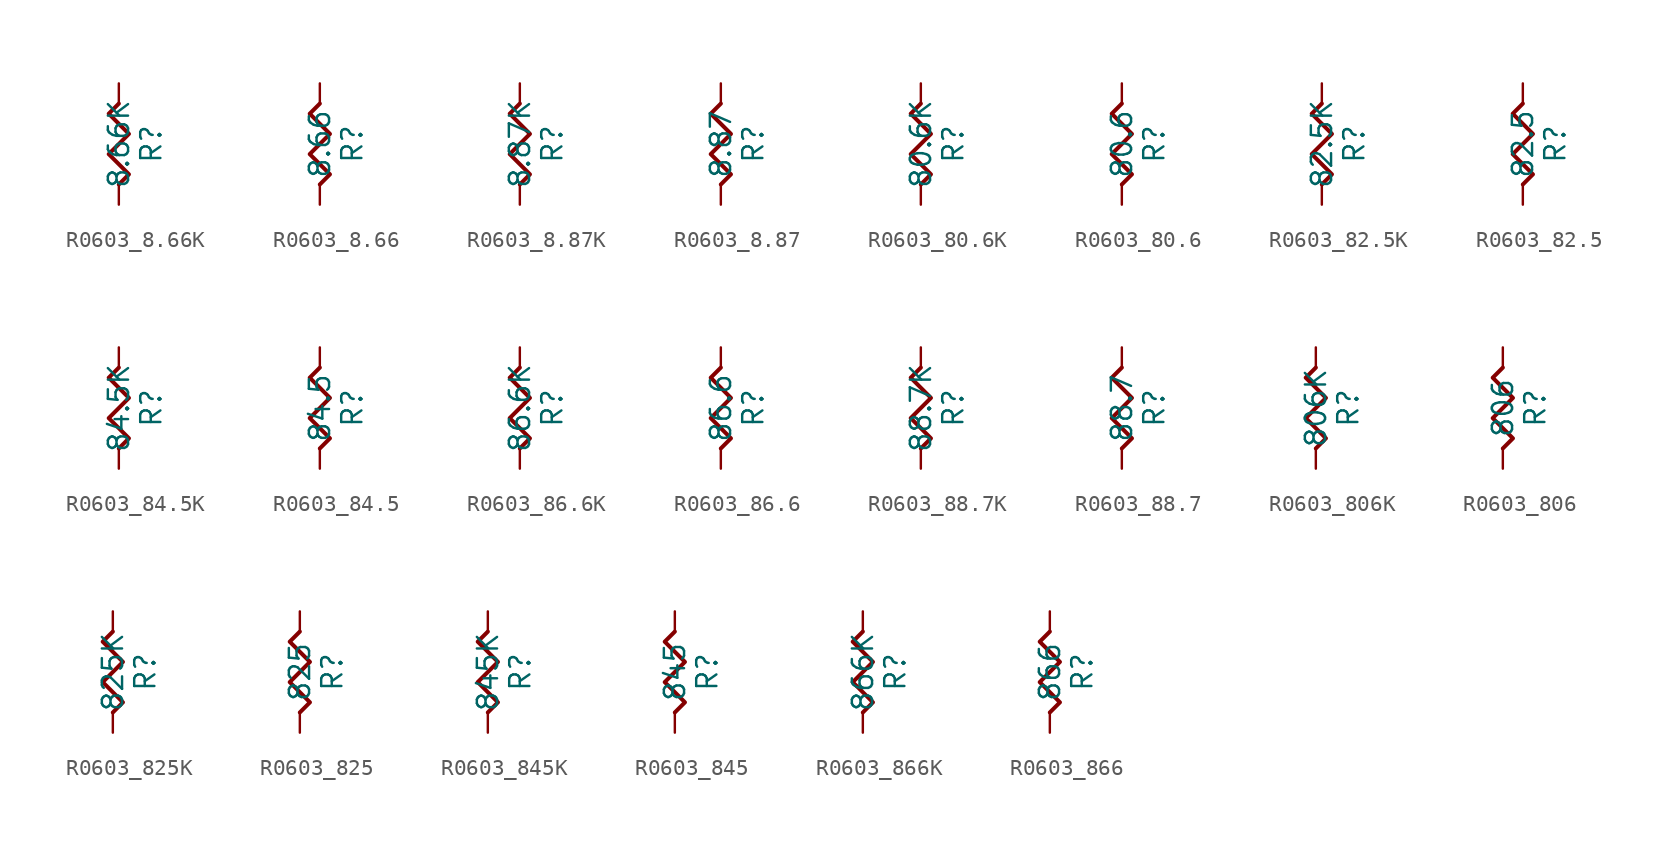
<source format=kicad_sym>
(kicad_symbol_lib
  (version 20211014)
  (generator atlantix-eda)
  (symbol "R0603_8.66K"
    (pin_numbers hide)
    (pin_names
      (offset 0))
    (property "Reference" "R"
      (at 2.032 0 90)
      (effects (font (size 1.27 1.27))))
    (property "Value" "8.66K"
      (at 0 0 90)
      (effects (font (size 1.27 1.27))))
    (symbol "R0603_8.66K_0_1"
      (polyline (pts (xy 0 -2.54) (xy 0.635 -1.905) (xy -0.635 -0.635) (xy 0.635 0.635) (xy -0.635 1.905) (xy 0 2.54)) (stroke (width 0.254) (type default) (color 0 0 0 0)) (fill (type none))))
    (symbol "R0603_8.66K_1_1"
      (pin passive line (at 0 3.81 270) (length 1.27) (name "~" (effects (font (size 1.27 1.27)))) (number "1" (effects (font (size 1.27 1.27)))))
      (pin passive line (at 0 -3.81 90) (length 1.27) (name "~" (effects (font (size 1.27 1.27)))) (number "2" (effects (font (size 1.27 1.27)))))))
  (symbol "R0603_8.66"
    (pin_numbers hide)
    (pin_names
      (offset 0))
    (property "Reference" "R"
      (at 2.032 0 90)
      (effects (font (size 1.27 1.27))))
    (property "Value" "8.66"
      (at 0 0 90)
      (effects (font (size 1.27 1.27))))
    (symbol "R0603_8.66_0_1"
      (polyline (pts (xy 0 -2.54) (xy 0.635 -1.905) (xy -0.635 -0.635) (xy 0.635 0.635) (xy -0.635 1.905) (xy 0 2.54)) (stroke (width 0.254) (type default) (color 0 0 0 0)) (fill (type none))))
    (symbol "R0603_8.66_1_1"
      (pin passive line (at 0 3.81 270) (length 1.27) (name "~" (effects (font (size 1.27 1.27)))) (number "1" (effects (font (size 1.27 1.27)))))
      (pin passive line (at 0 -3.81 90) (length 1.27) (name "~" (effects (font (size 1.27 1.27)))) (number "2" (effects (font (size 1.27 1.27)))))))
  (symbol "R0603_8.87K"
    (pin_numbers hide)
    (pin_names
      (offset 0))
    (property "Reference" "R"
      (at 2.032 0 90)
      (effects (font (size 1.27 1.27))))
    (property "Value" "8.87K"
      (at 0 0 90)
      (effects (font (size 1.27 1.27))))
    (symbol "R0603_8.87K_0_1"
      (polyline (pts (xy 0 -2.54) (xy 0.635 -1.905) (xy -0.635 -0.635) (xy 0.635 0.635) (xy -0.635 1.905) (xy 0 2.54)) (stroke (width 0.254) (type default) (color 0 0 0 0)) (fill (type none))))
    (symbol "R0603_8.87K_1_1"
      (pin passive line (at 0 3.81 270) (length 1.27) (name "~" (effects (font (size 1.27 1.27)))) (number "1" (effects (font (size 1.27 1.27)))))
      (pin passive line (at 0 -3.81 90) (length 1.27) (name "~" (effects (font (size 1.27 1.27)))) (number "2" (effects (font (size 1.27 1.27)))))))
  (symbol "R0603_8.87"
    (pin_numbers hide)
    (pin_names
      (offset 0))
    (property "Reference" "R"
      (at 2.032 0 90)
      (effects (font (size 1.27 1.27))))
    (property "Value" "8.87"
      (at 0 0 90)
      (effects (font (size 1.27 1.27))))
    (symbol "R0603_8.87_0_1"
      (polyline (pts (xy 0 -2.54) (xy 0.635 -1.905) (xy -0.635 -0.635) (xy 0.635 0.635) (xy -0.635 1.905) (xy 0 2.54)) (stroke (width 0.254) (type default) (color 0 0 0 0)) (fill (type none))))
    (symbol "R0603_8.87_1_1"
      (pin passive line (at 0 3.81 270) (length 1.27) (name "~" (effects (font (size 1.27 1.27)))) (number "1" (effects (font (size 1.27 1.27)))))
      (pin passive line (at 0 -3.81 90) (length 1.27) (name "~" (effects (font (size 1.27 1.27)))) (number "2" (effects (font (size 1.27 1.27)))))))
  (symbol "R0603_80.6K"
    (pin_numbers hide)
    (pin_names
      (offset 0))
    (property "Reference" "R"
      (at 2.032 0 90)
      (effects (font (size 1.27 1.27))))
    (property "Value" "80.6K"
      (at 0 0 90)
      (effects (font (size 1.27 1.27))))
    (symbol "R0603_80.6K_0_1"
      (polyline (pts (xy 0 -2.54) (xy 0.635 -1.905) (xy -0.635 -0.635) (xy 0.635 0.635) (xy -0.635 1.905) (xy 0 2.54)) (stroke (width 0.254) (type default) (color 0 0 0 0)) (fill (type none))))
    (symbol "R0603_80.6K_1_1"
      (pin passive line (at 0 3.81 270) (length 1.27) (name "~" (effects (font (size 1.27 1.27)))) (number "1" (effects (font (size 1.27 1.27)))))
      (pin passive line (at 0 -3.81 90) (length 1.27) (name "~" (effects (font (size 1.27 1.27)))) (number "2" (effects (font (size 1.27 1.27)))))))
  (symbol "R0603_80.6"
    (pin_numbers hide)
    (pin_names
      (offset 0))
    (property "Reference" "R"
      (at 2.032 0 90)
      (effects (font (size 1.27 1.27))))
    (property "Value" "80.6"
      (at 0 0 90)
      (effects (font (size 1.27 1.27))))
    (symbol "R0603_80.6_0_1"
      (polyline (pts (xy 0 -2.54) (xy 0.635 -1.905) (xy -0.635 -0.635) (xy 0.635 0.635) (xy -0.635 1.905) (xy 0 2.54)) (stroke (width 0.254) (type default) (color 0 0 0 0)) (fill (type none))))
    (symbol "R0603_80.6_1_1"
      (pin passive line (at 0 3.81 270) (length 1.27) (name "~" (effects (font (size 1.27 1.27)))) (number "1" (effects (font (size 1.27 1.27)))))
      (pin passive line (at 0 -3.81 90) (length 1.27) (name "~" (effects (font (size 1.27 1.27)))) (number "2" (effects (font (size 1.27 1.27)))))))
  (symbol "R0603_82.5K"
    (pin_numbers hide)
    (pin_names
      (offset 0))
    (property "Reference" "R"
      (at 2.032 0 90)
      (effects (font (size 1.27 1.27))))
    (property "Value" "82.5K"
      (at 0 0 90)
      (effects (font (size 1.27 1.27))))
    (symbol "R0603_82.5K_0_1"
      (polyline (pts (xy 0 -2.54) (xy 0.635 -1.905) (xy -0.635 -0.635) (xy 0.635 0.635) (xy -0.635 1.905) (xy 0 2.54)) (stroke (width 0.254) (type default) (color 0 0 0 0)) (fill (type none))))
    (symbol "R0603_82.5K_1_1"
      (pin passive line (at 0 3.81 270) (length 1.27) (name "~" (effects (font (size 1.27 1.27)))) (number "1" (effects (font (size 1.27 1.27)))))
      (pin passive line (at 0 -3.81 90) (length 1.27) (name "~" (effects (font (size 1.27 1.27)))) (number "2" (effects (font (size 1.27 1.27)))))))
  (symbol "R0603_82.5"
    (pin_numbers hide)
    (pin_names
      (offset 0))
    (property "Reference" "R"
      (at 2.032 0 90)
      (effects (font (size 1.27 1.27))))
    (property "Value" "82.5"
      (at 0 0 90)
      (effects (font (size 1.27 1.27))))
    (symbol "R0603_82.5_0_1"
      (polyline (pts (xy 0 -2.54) (xy 0.635 -1.905) (xy -0.635 -0.635) (xy 0.635 0.635) (xy -0.635 1.905) (xy 0 2.54)) (stroke (width 0.254) (type default) (color 0 0 0 0)) (fill (type none))))
    (symbol "R0603_82.5_1_1"
      (pin passive line (at 0 3.81 270) (length 1.27) (name "~" (effects (font (size 1.27 1.27)))) (number "1" (effects (font (size 1.27 1.27)))))
      (pin passive line (at 0 -3.81 90) (length 1.27) (name "~" (effects (font (size 1.27 1.27)))) (number "2" (effects (font (size 1.27 1.27)))))))
  (symbol "R0603_84.5K"
    (pin_numbers hide)
    (pin_names
      (offset 0))
    (property "Reference" "R"
      (at 2.032 0 90)
      (effects (font (size 1.27 1.27))))
    (property "Value" "84.5K"
      (at 0 0 90)
      (effects (font (size 1.27 1.27))))
    (symbol "R0603_84.5K_0_1"
      (polyline (pts (xy 0 -2.54) (xy 0.635 -1.905) (xy -0.635 -0.635) (xy 0.635 0.635) (xy -0.635 1.905) (xy 0 2.54)) (stroke (width 0.254) (type default) (color 0 0 0 0)) (fill (type none))))
    (symbol "R0603_84.5K_1_1"
      (pin passive line (at 0 3.81 270) (length 1.27) (name "~" (effects (font (size 1.27 1.27)))) (number "1" (effects (font (size 1.27 1.27)))))
      (pin passive line (at 0 -3.81 90) (length 1.27) (name "~" (effects (font (size 1.27 1.27)))) (number "2" (effects (font (size 1.27 1.27)))))))
  (symbol "R0603_84.5"
    (pin_numbers hide)
    (pin_names
      (offset 0))
    (property "Reference" "R"
      (at 2.032 0 90)
      (effects (font (size 1.27 1.27))))
    (property "Value" "84.5"
      (at 0 0 90)
      (effects (font (size 1.27 1.27))))
    (symbol "R0603_84.5_0_1"
      (polyline (pts (xy 0 -2.54) (xy 0.635 -1.905) (xy -0.635 -0.635) (xy 0.635 0.635) (xy -0.635 1.905) (xy 0 2.54)) (stroke (width 0.254) (type default) (color 0 0 0 0)) (fill (type none))))
    (symbol "R0603_84.5_1_1"
      (pin passive line (at 0 3.81 270) (length 1.27) (name "~" (effects (font (size 1.27 1.27)))) (number "1" (effects (font (size 1.27 1.27)))))
      (pin passive line (at 0 -3.81 90) (length 1.27) (name "~" (effects (font (size 1.27 1.27)))) (number "2" (effects (font (size 1.27 1.27)))))))
  (symbol "R0603_86.6K"
    (pin_numbers hide)
    (pin_names
      (offset 0))
    (property "Reference" "R"
      (at 2.032 0 90)
      (effects (font (size 1.27 1.27))))
    (property "Value" "86.6K"
      (at 0 0 90)
      (effects (font (size 1.27 1.27))))
    (symbol "R0603_86.6K_0_1"
      (polyline (pts (xy 0 -2.54) (xy 0.635 -1.905) (xy -0.635 -0.635) (xy 0.635 0.635) (xy -0.635 1.905) (xy 0 2.54)) (stroke (width 0.254) (type default) (color 0 0 0 0)) (fill (type none))))
    (symbol "R0603_86.6K_1_1"
      (pin passive line (at 0 3.81 270) (length 1.27) (name "~" (effects (font (size 1.27 1.27)))) (number "1" (effects (font (size 1.27 1.27)))))
      (pin passive line (at 0 -3.81 90) (length 1.27) (name "~" (effects (font (size 1.27 1.27)))) (number "2" (effects (font (size 1.27 1.27)))))))
  (symbol "R0603_86.6"
    (pin_numbers hide)
    (pin_names
      (offset 0))
    (property "Reference" "R"
      (at 2.032 0 90)
      (effects (font (size 1.27 1.27))))
    (property "Value" "86.6"
      (at 0 0 90)
      (effects (font (size 1.27 1.27))))
    (symbol "R0603_86.6_0_1"
      (polyline (pts (xy 0 -2.54) (xy 0.635 -1.905) (xy -0.635 -0.635) (xy 0.635 0.635) (xy -0.635 1.905) (xy 0 2.54)) (stroke (width 0.254) (type default) (color 0 0 0 0)) (fill (type none))))
    (symbol "R0603_86.6_1_1"
      (pin passive line (at 0 3.81 270) (length 1.27) (name "~" (effects (font (size 1.27 1.27)))) (number "1" (effects (font (size 1.27 1.27)))))
      (pin passive line (at 0 -3.81 90) (length 1.27) (name "~" (effects (font (size 1.27 1.27)))) (number "2" (effects (font (size 1.27 1.27)))))))
  (symbol "R0603_88.7K"
    (pin_numbers hide)
    (pin_names
      (offset 0))
    (property "Reference" "R"
      (at 2.032 0 90)
      (effects (font (size 1.27 1.27))))
    (property "Value" "88.7K"
      (at 0 0 90)
      (effects (font (size 1.27 1.27))))
    (symbol "R0603_88.7K_0_1"
      (polyline (pts (xy 0 -2.54) (xy 0.635 -1.905) (xy -0.635 -0.635) (xy 0.635 0.635) (xy -0.635 1.905) (xy 0 2.54)) (stroke (width 0.254) (type default) (color 0 0 0 0)) (fill (type none))))
    (symbol "R0603_88.7K_1_1"
      (pin passive line (at 0 3.81 270) (length 1.27) (name "~" (effects (font (size 1.27 1.27)))) (number "1" (effects (font (size 1.27 1.27)))))
      (pin passive line (at 0 -3.81 90) (length 1.27) (name "~" (effects (font (size 1.27 1.27)))) (number "2" (effects (font (size 1.27 1.27)))))))
  (symbol "R0603_88.7"
    (pin_numbers hide)
    (pin_names
      (offset 0))
    (property "Reference" "R"
      (at 2.032 0 90)
      (effects (font (size 1.27 1.27))))
    (property "Value" "88.7"
      (at 0 0 90)
      (effects (font (size 1.27 1.27))))
    (symbol "R0603_88.7_0_1"
      (polyline (pts (xy 0 -2.54) (xy 0.635 -1.905) (xy -0.635 -0.635) (xy 0.635 0.635) (xy -0.635 1.905) (xy 0 2.54)) (stroke (width 0.254) (type default) (color 0 0 0 0)) (fill (type none))))
    (symbol "R0603_88.7_1_1"
      (pin passive line (at 0 3.81 270) (length 1.27) (name "~" (effects (font (size 1.27 1.27)))) (number "1" (effects (font (size 1.27 1.27)))))
      (pin passive line (at 0 -3.81 90) (length 1.27) (name "~" (effects (font (size 1.27 1.27)))) (number "2" (effects (font (size 1.27 1.27)))))))
  (symbol "R0603_806K"
    (pin_numbers hide)
    (pin_names
      (offset 0))
    (property "Reference" "R"
      (at 2.032 0 90)
      (effects (font (size 1.27 1.27))))
    (property "Value" "806K"
      (at 0 0 90)
      (effects (font (size 1.27 1.27))))
    (symbol "R0603_806K_0_1"
      (polyline (pts (xy 0 -2.54) (xy 0.635 -1.905) (xy -0.635 -0.635) (xy 0.635 0.635) (xy -0.635 1.905) (xy 0 2.54)) (stroke (width 0.254) (type default) (color 0 0 0 0)) (fill (type none))))
    (symbol "R0603_806K_1_1"
      (pin passive line (at 0 3.81 270) (length 1.27) (name "~" (effects (font (size 1.27 1.27)))) (number "1" (effects (font (size 1.27 1.27)))))
      (pin passive line (at 0 -3.81 90) (length 1.27) (name "~" (effects (font (size 1.27 1.27)))) (number "2" (effects (font (size 1.27 1.27)))))))
  (symbol "R0603_806"
    (pin_numbers hide)
    (pin_names
      (offset 0))
    (property "Reference" "R"
      (at 2.032 0 90)
      (effects (font (size 1.27 1.27))))
    (property "Value" "806"
      (at 0 0 90)
      (effects (font (size 1.27 1.27))))
    (symbol "R0603_806_0_1"
      (polyline (pts (xy 0 -2.54) (xy 0.635 -1.905) (xy -0.635 -0.635) (xy 0.635 0.635) (xy -0.635 1.905) (xy 0 2.54)) (stroke (width 0.254) (type default) (color 0 0 0 0)) (fill (type none))))
    (symbol "R0603_806_1_1"
      (pin passive line (at 0 3.81 270) (length 1.27) (name "~" (effects (font (size 1.27 1.27)))) (number "1" (effects (font (size 1.27 1.27)))))
      (pin passive line (at 0 -3.81 90) (length 1.27) (name "~" (effects (font (size 1.27 1.27)))) (number "2" (effects (font (size 1.27 1.27)))))))
  (symbol "R0603_825K"
    (pin_numbers hide)
    (pin_names
      (offset 0))
    (property "Reference" "R"
      (at 2.032 0 90)
      (effects (font (size 1.27 1.27))))
    (property "Value" "825K"
      (at 0 0 90)
      (effects (font (size 1.27 1.27))))
    (symbol "R0603_825K_0_1"
      (polyline (pts (xy 0 -2.54) (xy 0.635 -1.905) (xy -0.635 -0.635) (xy 0.635 0.635) (xy -0.635 1.905) (xy 0 2.54)) (stroke (width 0.254) (type default) (color 0 0 0 0)) (fill (type none))))
    (symbol "R0603_825K_1_1"
      (pin passive line (at 0 3.81 270) (length 1.27) (name "~" (effects (font (size 1.27 1.27)))) (number "1" (effects (font (size 1.27 1.27)))))
      (pin passive line (at 0 -3.81 90) (length 1.27) (name "~" (effects (font (size 1.27 1.27)))) (number "2" (effects (font (size 1.27 1.27)))))))
  (symbol "R0603_825"
    (pin_numbers hide)
    (pin_names
      (offset 0))
    (property "Reference" "R"
      (at 2.032 0 90)
      (effects (font (size 1.27 1.27))))
    (property "Value" "825"
      (at 0 0 90)
      (effects (font (size 1.27 1.27))))
    (symbol "R0603_825_0_1"
      (polyline (pts (xy 0 -2.54) (xy 0.635 -1.905) (xy -0.635 -0.635) (xy 0.635 0.635) (xy -0.635 1.905) (xy 0 2.54)) (stroke (width 0.254) (type default) (color 0 0 0 0)) (fill (type none))))
    (symbol "R0603_825_1_1"
      (pin passive line (at 0 3.81 270) (length 1.27) (name "~" (effects (font (size 1.27 1.27)))) (number "1" (effects (font (size 1.27 1.27)))))
      (pin passive line (at 0 -3.81 90) (length 1.27) (name "~" (effects (font (size 1.27 1.27)))) (number "2" (effects (font (size 1.27 1.27)))))))
  (symbol "R0603_845K"
    (pin_numbers hide)
    (pin_names
      (offset 0))
    (property "Reference" "R"
      (at 2.032 0 90)
      (effects (font (size 1.27 1.27))))
    (property "Value" "845K"
      (at 0 0 90)
      (effects (font (size 1.27 1.27))))
    (symbol "R0603_845K_0_1"
      (polyline (pts (xy 0 -2.54) (xy 0.635 -1.905) (xy -0.635 -0.635) (xy 0.635 0.635) (xy -0.635 1.905) (xy 0 2.54)) (stroke (width 0.254) (type default) (color 0 0 0 0)) (fill (type none))))
    (symbol "R0603_845K_1_1"
      (pin passive line (at 0 3.81 270) (length 1.27) (name "~" (effects (font (size 1.27 1.27)))) (number "1" (effects (font (size 1.27 1.27)))))
      (pin passive line (at 0 -3.81 90) (length 1.27) (name "~" (effects (font (size 1.27 1.27)))) (number "2" (effects (font (size 1.27 1.27)))))))
  (symbol "R0603_845"
    (pin_numbers hide)
    (pin_names
      (offset 0))
    (property "Reference" "R"
      (at 2.032 0 90)
      (effects (font (size 1.27 1.27))))
    (property "Value" "845"
      (at 0 0 90)
      (effects (font (size 1.27 1.27))))
    (symbol "R0603_845_0_1"
      (polyline (pts (xy 0 -2.54) (xy 0.635 -1.905) (xy -0.635 -0.635) (xy 0.635 0.635) (xy -0.635 1.905) (xy 0 2.54)) (stroke (width 0.254) (type default) (color 0 0 0 0)) (fill (type none))))
    (symbol "R0603_845_1_1"
      (pin passive line (at 0 3.81 270) (length 1.27) (name "~" (effects (font (size 1.27 1.27)))) (number "1" (effects (font (size 1.27 1.27)))))
      (pin passive line (at 0 -3.81 90) (length 1.27) (name "~" (effects (font (size 1.27 1.27)))) (number "2" (effects (font (size 1.27 1.27)))))))
  (symbol "R0603_866K"
    (pin_numbers hide)
    (pin_names
      (offset 0))
    (property "Reference" "R"
      (at 2.032 0 90)
      (effects (font (size 1.27 1.27))))
    (property "Value" "866K"
      (at 0 0 90)
      (effects (font (size 1.27 1.27))))
    (symbol "R0603_866K_0_1"
      (polyline (pts (xy 0 -2.54) (xy 0.635 -1.905) (xy -0.635 -0.635) (xy 0.635 0.635) (xy -0.635 1.905) (xy 0 2.54)) (stroke (width 0.254) (type default) (color 0 0 0 0)) (fill (type none))))
    (symbol "R0603_866K_1_1"
      (pin passive line (at 0 3.81 270) (length 1.27) (name "~" (effects (font (size 1.27 1.27)))) (number "1" (effects (font (size 1.27 1.27)))))
      (pin passive line (at 0 -3.81 90) (length 1.27) (name "~" (effects (font (size 1.27 1.27)))) (number "2" (effects (font (size 1.27 1.27)))))))
  (symbol "R0603_866"
    (pin_numbers hide)
    (pin_names
      (offset 0))
    (property "Reference" "R"
      (at 2.032 0 90)
      (effects (font (size 1.27 1.27))))
    (property "Value" "866"
      (at 0 0 90)
      (effects (font (size 1.27 1.27))))
    (symbol "R0603_866_0_1"
      (polyline (pts (xy 0 -2.54) (xy 0.635 -1.905) (xy -0.635 -0.635) (xy 0.635 0.635) (xy -0.635 1.905) (xy 0 2.54)) (stroke (width 0.254) (type default) (color 0 0 0 0)) (fill (type none))))
    (symbol "R0603_866_1_1"
      (pin passive line (at 0 3.81 270) (length 1.27) (name "~" (effects (font (size 1.27 1.27)))) (number "1" (effects (font (size 1.27 1.27)))))
      (pin passive line (at 0 -3.81 90) (length 1.27) (name "~" (effects (font (size 1.27 1.27)))) (number "2" (effects (font (size 1.27 1.27))))))))
</source>
